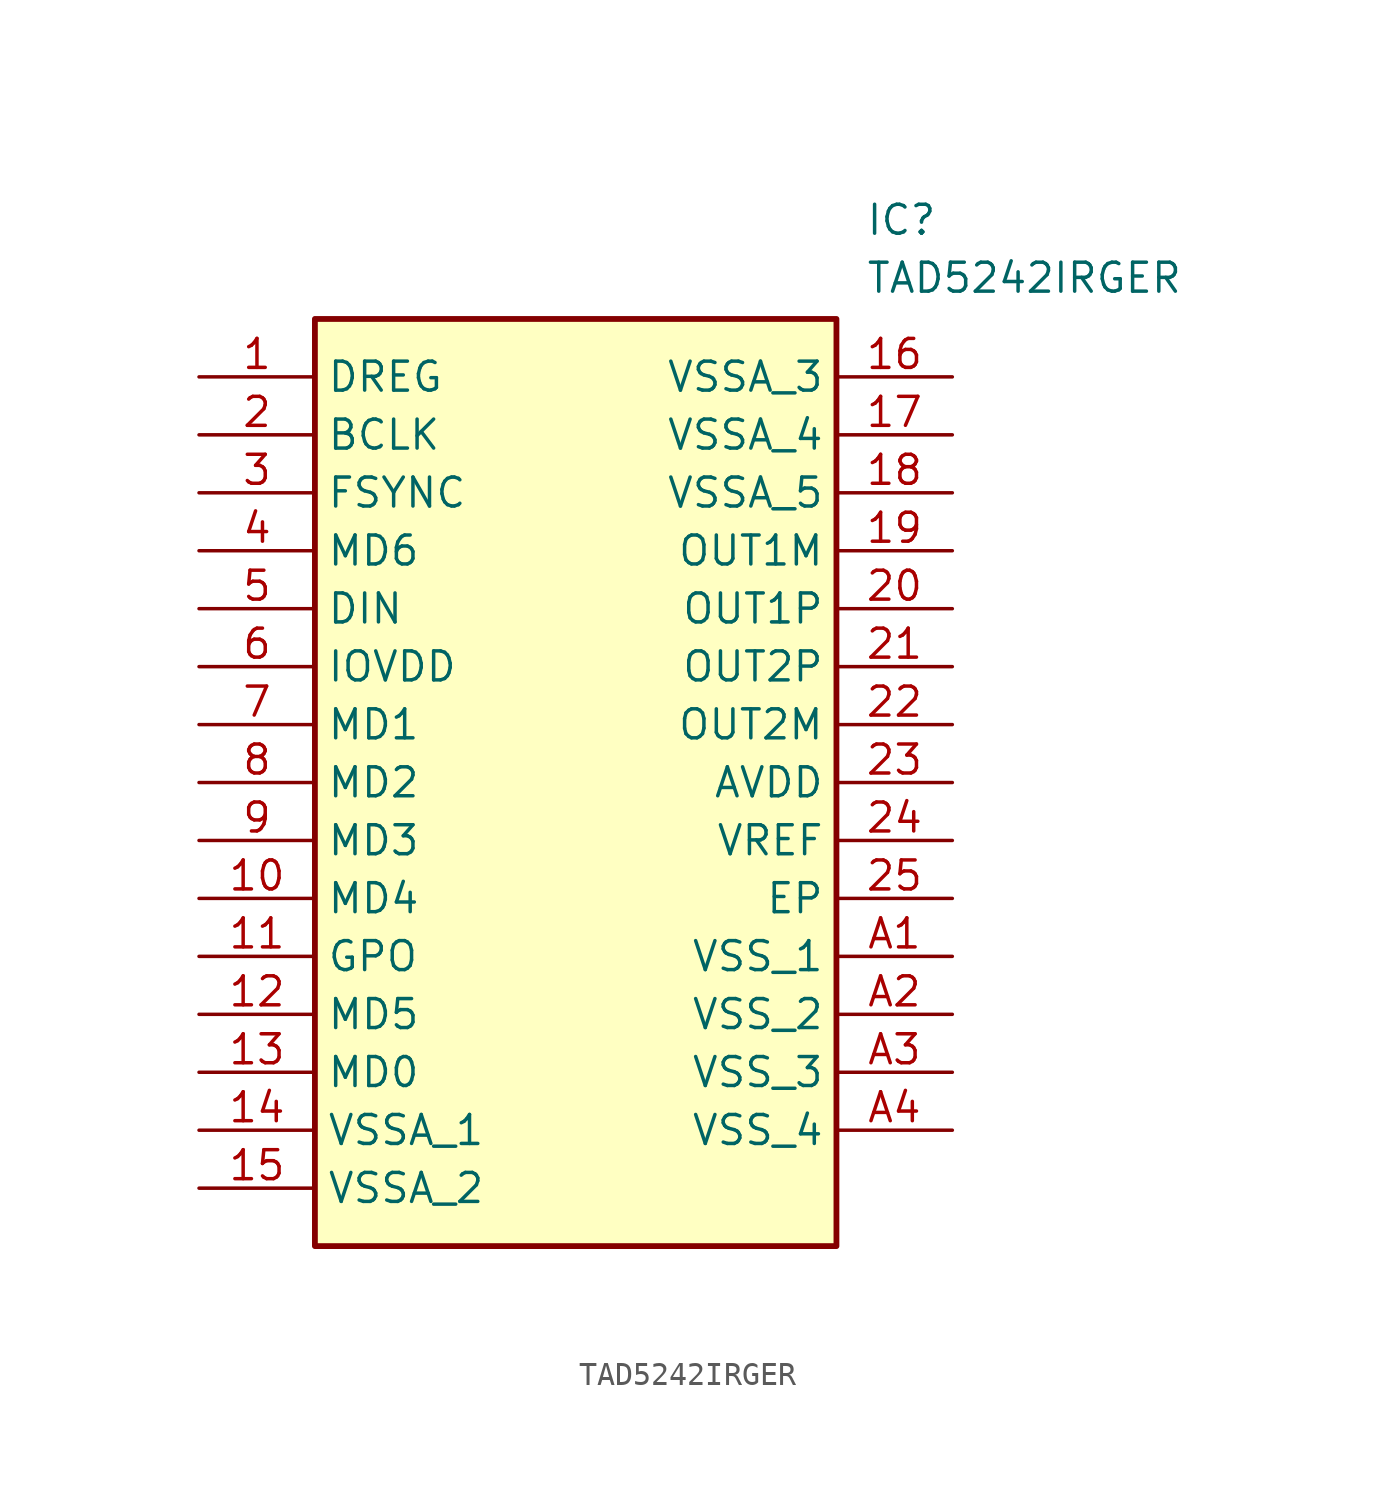
<source format=kicad_sym>
(kicad_symbol_lib
  (version 20211014)
  (generator SamacSys_ECAD_Model)
  (symbol "TAD5242IRGER"
    (property "Reference" "IC"
      (at 29.21 7.62 0)
      (effects (font (size 1.27 1.27)) (justify left top)))
    (property "Value" "TAD5242IRGER"
      (at 29.21 5.08 0)
      (effects (font (size 1.27 1.27)) (justify left top)))
    (rectangle
      (start 5.08 2.54)
      (end 27.94 -38.1)
      (stroke (width 0.254) (type default))
      (fill (type background)))
    (pin passive line
      (at 0 0 0)
      (length 5.08)
      (name "DREG" (effects (font (size 1.27 1.27))))
      (number "1" (effects (font (size 1.27 1.27)))))
    (pin passive line
      (at 0 -2.54 0)
      (length 5.08)
      (name "BCLK" (effects (font (size 1.27 1.27))))
      (number "2" (effects (font (size 1.27 1.27)))))
    (pin passive line
      (at 0 -5.08 0)
      (length 5.08)
      (name "FSYNC" (effects (font (size 1.27 1.27))))
      (number "3" (effects (font (size 1.27 1.27)))))
    (pin passive line
      (at 0 -7.62 0)
      (length 5.08)
      (name "MD6" (effects (font (size 1.27 1.27))))
      (number "4" (effects (font (size 1.27 1.27)))))
    (pin passive line
      (at 0 -10.16 0)
      (length 5.08)
      (name "DIN" (effects (font (size 1.27 1.27))))
      (number "5" (effects (font (size 1.27 1.27)))))
    (pin passive line
      (at 0 -12.7 0)
      (length 5.08)
      (name "IOVDD" (effects (font (size 1.27 1.27))))
      (number "6" (effects (font (size 1.27 1.27)))))
    (pin passive line
      (at 0 -15.24 0)
      (length 5.08)
      (name "MD1" (effects (font (size 1.27 1.27))))
      (number "7" (effects (font (size 1.27 1.27)))))
    (pin passive line
      (at 0 -17.78 0)
      (length 5.08)
      (name "MD2" (effects (font (size 1.27 1.27))))
      (number "8" (effects (font (size 1.27 1.27)))))
    (pin passive line
      (at 0 -20.32 0)
      (length 5.08)
      (name "MD3" (effects (font (size 1.27 1.27))))
      (number "9" (effects (font (size 1.27 1.27)))))
    (pin passive line
      (at 0 -22.86 0)
      (length 5.08)
      (name "MD4" (effects (font (size 1.27 1.27))))
      (number "10" (effects (font (size 1.27 1.27)))))
    (pin passive line
      (at 0 -25.4 0)
      (length 5.08)
      (name "GPO" (effects (font (size 1.27 1.27))))
      (number "11" (effects (font (size 1.27 1.27)))))
    (pin passive line
      (at 0 -27.94 0)
      (length 5.08)
      (name "MD5" (effects (font (size 1.27 1.27))))
      (number "12" (effects (font (size 1.27 1.27)))))
    (pin passive line
      (at 0 -30.48 0)
      (length 5.08)
      (name "MD0" (effects (font (size 1.27 1.27))))
      (number "13" (effects (font (size 1.27 1.27)))))
    (pin passive line
      (at 0 -33.02 0)
      (length 5.08)
      (name "VSSA_1" (effects (font (size 1.27 1.27))))
      (number "14" (effects (font (size 1.27 1.27)))))
    (pin passive line
      (at 0 -35.56 0)
      (length 5.08)
      (name "VSSA_2" (effects (font (size 1.27 1.27))))
      (number "15" (effects (font (size 1.27 1.27)))))
    (pin passive line
      (at 33.02 0 180)
      (length 5.08)
      (name "VSSA_3" (effects (font (size 1.27 1.27))))
      (number "16" (effects (font (size 1.27 1.27)))))
    (pin passive line
      (at 33.02 -2.54 180)
      (length 5.08)
      (name "VSSA_4" (effects (font (size 1.27 1.27))))
      (number "17" (effects (font (size 1.27 1.27)))))
    (pin passive line
      (at 33.02 -5.08 180)
      (length 5.08)
      (name "VSSA_5" (effects (font (size 1.27 1.27))))
      (number "18" (effects (font (size 1.27 1.27)))))
    (pin passive line
      (at 33.02 -7.62 180)
      (length 5.08)
      (name "OUT1M" (effects (font (size 1.27 1.27))))
      (number "19" (effects (font (size 1.27 1.27)))))
    (pin passive line
      (at 33.02 -10.16 180)
      (length 5.08)
      (name "OUT1P" (effects (font (size 1.27 1.27))))
      (number "20" (effects (font (size 1.27 1.27)))))
    (pin passive line
      (at 33.02 -12.7 180)
      (length 5.08)
      (name "OUT2P" (effects (font (size 1.27 1.27))))
      (number "21" (effects (font (size 1.27 1.27)))))
    (pin passive line
      (at 33.02 -15.24 180)
      (length 5.08)
      (name "OUT2M" (effects (font (size 1.27 1.27))))
      (number "22" (effects (font (size 1.27 1.27)))))
    (pin passive line
      (at 33.02 -17.78 180)
      (length 5.08)
      (name "AVDD" (effects (font (size 1.27 1.27))))
      (number "23" (effects (font (size 1.27 1.27)))))
    (pin passive line
      (at 33.02 -20.32 180)
      (length 5.08)
      (name "VREF" (effects (font (size 1.27 1.27))))
      (number "24" (effects (font (size 1.27 1.27)))))
    (pin passive line
      (at 33.02 -22.86 180)
      (length 5.08)
      (name "EP" (effects (font (size 1.27 1.27))))
      (number "25" (effects (font (size 1.27 1.27)))))
    (pin passive line
      (at 33.02 -25.4 180)
      (length 5.08)
      (name "VSS_1" (effects (font (size 1.27 1.27))))
      (number "A1" (effects (font (size 1.27 1.27)))))
    (pin passive line
      (at 33.02 -27.94 180)
      (length 5.08)
      (name "VSS_2" (effects (font (size 1.27 1.27))))
      (number "A2" (effects (font (size 1.27 1.27)))))
    (pin passive line
      (at 33.02 -30.48 180)
      (length 5.08)
      (name "VSS_3" (effects (font (size 1.27 1.27))))
      (number "A3" (effects (font (size 1.27 1.27)))))
    (pin passive line
      (at 33.02 -33.02 180)
      (length 5.08)
      (name "VSS_4" (effects (font (size 1.27 1.27))))
      (number "A4" (effects (font (size 1.27 1.27)))))))
</source>
